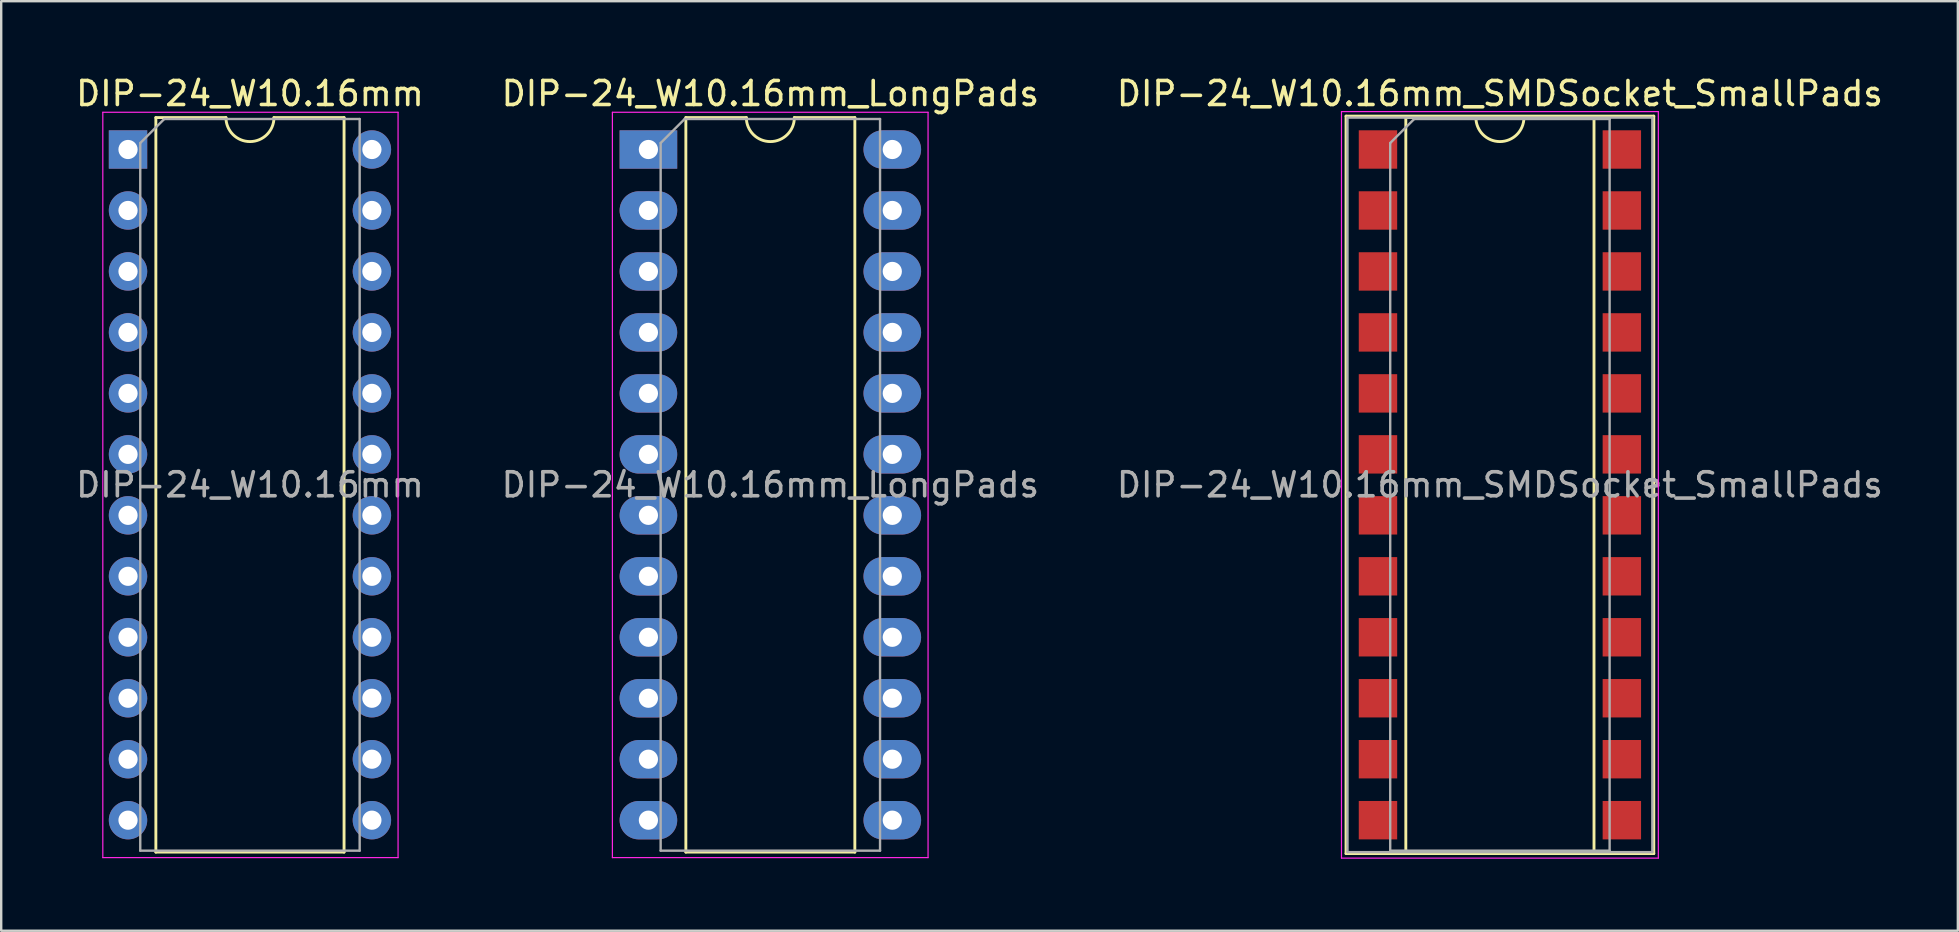
<source format=kicad_pcb>
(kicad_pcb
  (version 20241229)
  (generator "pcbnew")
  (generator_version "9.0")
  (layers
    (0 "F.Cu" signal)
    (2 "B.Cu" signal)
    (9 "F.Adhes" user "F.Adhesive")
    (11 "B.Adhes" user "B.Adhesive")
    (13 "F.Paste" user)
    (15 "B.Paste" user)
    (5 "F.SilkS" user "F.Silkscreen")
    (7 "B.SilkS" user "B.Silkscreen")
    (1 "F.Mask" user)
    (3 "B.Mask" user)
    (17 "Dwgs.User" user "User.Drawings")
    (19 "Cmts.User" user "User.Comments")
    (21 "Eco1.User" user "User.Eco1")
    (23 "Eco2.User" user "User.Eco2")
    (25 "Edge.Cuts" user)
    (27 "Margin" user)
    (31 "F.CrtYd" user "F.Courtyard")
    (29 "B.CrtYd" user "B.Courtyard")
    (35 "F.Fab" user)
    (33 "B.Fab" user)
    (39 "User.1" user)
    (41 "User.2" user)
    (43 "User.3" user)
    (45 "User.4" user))
  (footprint "DIP-24_W10.16mm_LongPads"
    (layer "F.Cu")
    (at 23.962 3.178)
    (property "Reference" "DIP-24_W10.16mm_LongPads" (at 5.08 -2.33 0) (layer "F.SilkS") (effects (font (size 1 1) (thickness 0.15))))
    (attr through_hole)
    (fp_line (start 1.56 -1.33) (end 1.56 29.27) (stroke (width 0.12) (type solid)) (layer "F.SilkS"))
    (fp_line (start 1.56 29.27) (end 8.6 29.27) (stroke (width 0.12) (type solid)) (layer "F.SilkS"))
    (fp_line (start 4.08 -1.33) (end 1.56 -1.33) (stroke (width 0.12) (type solid)) (layer "F.SilkS"))
    (fp_line (start 8.6 -1.33) (end 6.08 -1.33) (stroke (width 0.12) (type solid)) (layer "F.SilkS"))
    (fp_line (start 8.6 29.27) (end 8.6 -1.33) (stroke (width 0.12) (type solid)) (layer "F.SilkS"))
    (fp_arc (start 6.08 -1.33) (mid 5.08 -0.33) (end 4.08 -1.33) (stroke (width 0.12) (type solid)) (layer "F.SilkS"))
    (fp_line (start -1.5 -1.55) (end -1.5 29.5) (stroke (width 0.05) (type solid)) (layer "F.CrtYd"))
    (fp_line (start -1.5 29.5) (end 11.65 29.5) (stroke (width 0.05) (type solid)) (layer "F.CrtYd"))
    (fp_line (start 11.65 -1.55) (end -1.5 -1.55) (stroke (width 0.05) (type solid)) (layer "F.CrtYd"))
    (fp_line (start 11.65 29.5) (end 11.65 -1.55) (stroke (width 0.05) (type solid)) (layer "F.CrtYd"))
    (fp_line (start 0.51 -0.27) (end 1.51 -1.27) (stroke (width 0.1) (type solid)) (layer "F.Fab"))
    (fp_line (start 0.51 29.21) (end 0.51 -0.27) (stroke (width 0.1) (type solid)) (layer "F.Fab"))
    (fp_line (start 1.51 -1.27) (end 9.65 -1.27) (stroke (width 0.1) (type solid)) (layer "F.Fab"))
    (fp_line (start 9.65 -1.27) (end 9.65 29.21) (stroke (width 0.1) (type solid)) (layer "F.Fab"))
    (fp_line (start 9.65 29.21) (end 0.51 29.21) (stroke (width 0.1) (type solid)) (layer "F.Fab"))
    (fp_text user "${REFERENCE}" (at 5.08 13.97 0) (layer "F.Fab") (effects (font (size 1 1) (thickness 0.15))))
    (pad "1" thru_hole rect (at 0 0) (size 2.4 1.6) (drill 0.8) (layers "*.Cu" "*.Mask"))
    (pad "2" thru_hole oval (at 0 2.54) (size 2.4 1.6) (drill 0.8) (layers "*.Cu" "*.Mask"))
    (pad "3" thru_hole oval (at 0 5.08) (size 2.4 1.6) (drill 0.8) (layers "*.Cu" "*.Mask"))
    (pad "4" thru_hole oval (at 0 7.62) (size 2.4 1.6) (drill 0.8) (layers "*.Cu" "*.Mask"))
    (pad "5" thru_hole oval (at 0 10.16) (size 2.4 1.6) (drill 0.8) (layers "*.Cu" "*.Mask"))
    (pad "6" thru_hole oval (at 0 12.7) (size 2.4 1.6) (drill 0.8) (layers "*.Cu" "*.Mask"))
    (pad "7" thru_hole oval (at 0 15.24) (size 2.4 1.6) (drill 0.8) (layers "*.Cu" "*.Mask"))
    (pad "8" thru_hole oval (at 0 17.78) (size 2.4 1.6) (drill 0.8) (layers "*.Cu" "*.Mask"))
    (pad "9" thru_hole oval (at 0 20.32) (size 2.4 1.6) (drill 0.8) (layers "*.Cu" "*.Mask"))
    (pad "10" thru_hole oval (at 0 22.86) (size 2.4 1.6) (drill 0.8) (layers "*.Cu" "*.Mask"))
    (pad "11" thru_hole oval (at 0 25.4) (size 2.4 1.6) (drill 0.8) (layers "*.Cu" "*.Mask"))
    (pad "12" thru_hole oval (at 0 27.94) (size 2.4 1.6) (drill 0.8) (layers "*.Cu" "*.Mask"))
    (pad "13" thru_hole oval (at 10.16 27.94) (size 2.4 1.6) (drill 0.8) (layers "*.Cu" "*.Mask"))
    (pad "14" thru_hole oval (at 10.16 25.4) (size 2.4 1.6) (drill 0.8) (layers "*.Cu" "*.Mask"))
    (pad "15" thru_hole oval (at 10.16 22.86) (size 2.4 1.6) (drill 0.8) (layers "*.Cu" "*.Mask"))
    (pad "16" thru_hole oval (at 10.16 20.32) (size 2.4 1.6) (drill 0.8) (layers "*.Cu" "*.Mask"))
    (pad "17" thru_hole oval (at 10.16 17.78) (size 2.4 1.6) (drill 0.8) (layers "*.Cu" "*.Mask"))
    (pad "18" thru_hole oval (at 10.16 15.24) (size 2.4 1.6) (drill 0.8) (layers "*.Cu" "*.Mask"))
    (pad "19" thru_hole oval (at 10.16 12.7) (size 2.4 1.6) (drill 0.8) (layers "*.Cu" "*.Mask"))
    (pad "20" thru_hole oval (at 10.16 10.16) (size 2.4 1.6) (drill 0.8) (layers "*.Cu" "*.Mask"))
    (pad "21" thru_hole oval (at 10.16 7.62) (size 2.4 1.6) (drill 0.8) (layers "*.Cu" "*.Mask"))
    (pad "22" thru_hole oval (at 10.16 5.08) (size 2.4 1.6) (drill 0.8) (layers "*.Cu" "*.Mask"))
    (pad "23" thru_hole oval (at 10.16 2.54) (size 2.4 1.6) (drill 0.8) (layers "*.Cu" "*.Mask"))
    (pad "24" thru_hole oval (at 10.16 0) (size 2.4 1.6) (drill 0.8) (layers "*.Cu" "*.Mask")))
  (footprint "DIP-24_W10.16mm"
    (layer "F.Cu")
    (at 2.283 3.178)
    (property "Reference" "DIP-24_W10.16mm" (at 5.08 -2.33 0) (layer "F.SilkS") (effects (font (size 1 1) (thickness 0.15))))
    (attr through_hole)
    (fp_line (start 1.16 -1.33) (end 1.16 29.27) (stroke (width 0.12) (type solid)) (layer "F.SilkS"))
    (fp_line (start 1.16 29.27) (end 9 29.27) (stroke (width 0.12) (type solid)) (layer "F.SilkS"))
    (fp_line (start 4.08 -1.33) (end 1.16 -1.33) (stroke (width 0.12) (type solid)) (layer "F.SilkS"))
    (fp_line (start 9 -1.33) (end 6.08 -1.33) (stroke (width 0.12) (type solid)) (layer "F.SilkS"))
    (fp_line (start 9 29.27) (end 9 -1.33) (stroke (width 0.12) (type solid)) (layer "F.SilkS"))
    (fp_arc (start 6.08 -1.33) (mid 5.08 -0.33) (end 4.08 -1.33) (stroke (width 0.12) (type solid)) (layer "F.SilkS"))
    (fp_line (start -1.05 -1.55) (end -1.05 29.5) (stroke (width 0.05) (type solid)) (layer "F.CrtYd"))
    (fp_line (start -1.05 29.5) (end 11.25 29.5) (stroke (width 0.05) (type solid)) (layer "F.CrtYd"))
    (fp_line (start 11.25 -1.55) (end -1.05 -1.55) (stroke (width 0.05) (type solid)) (layer "F.CrtYd"))
    (fp_line (start 11.25 29.5) (end 11.25 -1.55) (stroke (width 0.05) (type solid)) (layer "F.CrtYd"))
    (fp_line (start 0.51 -0.27) (end 1.51 -1.27) (stroke (width 0.1) (type solid)) (layer "F.Fab"))
    (fp_line (start 0.51 29.21) (end 0.51 -0.27) (stroke (width 0.1) (type solid)) (layer "F.Fab"))
    (fp_line (start 1.51 -1.27) (end 9.65 -1.27) (stroke (width 0.1) (type solid)) (layer "F.Fab"))
    (fp_line (start 9.65 -1.27) (end 9.65 29.21) (stroke (width 0.1) (type solid)) (layer "F.Fab"))
    (fp_line (start 9.65 29.21) (end 0.51 29.21) (stroke (width 0.1) (type solid)) (layer "F.Fab"))
    (fp_text user "${REFERENCE}" (at 5.08 13.97 0) (layer "F.Fab") (effects (font (size 1 1) (thickness 0.15))))
    (pad "1" thru_hole rect (at 0 0) (size 1.6 1.6) (drill 0.8) (layers "*.Cu" "*.Mask"))
    (pad "2" thru_hole oval (at 0 2.54) (size 1.6 1.6) (drill 0.8) (layers "*.Cu" "*.Mask"))
    (pad "3" thru_hole oval (at 0 5.08) (size 1.6 1.6) (drill 0.8) (layers "*.Cu" "*.Mask"))
    (pad "4" thru_hole oval (at 0 7.62) (size 1.6 1.6) (drill 0.8) (layers "*.Cu" "*.Mask"))
    (pad "5" thru_hole oval (at 0 10.16) (size 1.6 1.6) (drill 0.8) (layers "*.Cu" "*.Mask"))
    (pad "6" thru_hole oval (at 0 12.7) (size 1.6 1.6) (drill 0.8) (layers "*.Cu" "*.Mask"))
    (pad "7" thru_hole oval (at 0 15.24) (size 1.6 1.6) (drill 0.8) (layers "*.Cu" "*.Mask"))
    (pad "8" thru_hole oval (at 0 17.78) (size 1.6 1.6) (drill 0.8) (layers "*.Cu" "*.Mask"))
    (pad "9" thru_hole oval (at 0 20.32) (size 1.6 1.6) (drill 0.8) (layers "*.Cu" "*.Mask"))
    (pad "10" thru_hole oval (at 0 22.86) (size 1.6 1.6) (drill 0.8) (layers "*.Cu" "*.Mask"))
    (pad "11" thru_hole oval (at 0 25.4) (size 1.6 1.6) (drill 0.8) (layers "*.Cu" "*.Mask"))
    (pad "12" thru_hole oval (at 0 27.94) (size 1.6 1.6) (drill 0.8) (layers "*.Cu" "*.Mask"))
    (pad "13" thru_hole oval (at 10.16 27.94) (size 1.6 1.6) (drill 0.8) (layers "*.Cu" "*.Mask"))
    (pad "14" thru_hole oval (at 10.16 25.4) (size 1.6 1.6) (drill 0.8) (layers "*.Cu" "*.Mask"))
    (pad "15" thru_hole oval (at 10.16 22.86) (size 1.6 1.6) (drill 0.8) (layers "*.Cu" "*.Mask"))
    (pad "16" thru_hole oval (at 10.16 20.32) (size 1.6 1.6) (drill 0.8) (layers "*.Cu" "*.Mask"))
    (pad "17" thru_hole oval (at 10.16 17.78) (size 1.6 1.6) (drill 0.8) (layers "*.Cu" "*.Mask"))
    (pad "18" thru_hole oval (at 10.16 15.24) (size 1.6 1.6) (drill 0.8) (layers "*.Cu" "*.Mask"))
    (pad "19" thru_hole oval (at 10.16 12.7) (size 1.6 1.6) (drill 0.8) (layers "*.Cu" "*.Mask"))
    (pad "20" thru_hole oval (at 10.16 10.16) (size 1.6 1.6) (drill 0.8) (layers "*.Cu" "*.Mask"))
    (pad "21" thru_hole oval (at 10.16 7.62) (size 1.6 1.6) (drill 0.8) (layers "*.Cu" "*.Mask"))
    (pad "22" thru_hole oval (at 10.16 5.08) (size 1.6 1.6) (drill 0.8) (layers "*.Cu" "*.Mask"))
    (pad "23" thru_hole oval (at 10.16 2.54) (size 1.6 1.6) (drill 0.8) (layers "*.Cu" "*.Mask"))
    (pad "24" thru_hole oval (at 10.16 0) (size 1.6 1.6) (drill 0.8) (layers "*.Cu" "*.Mask")))
  (footprint "DIP-24_W10.16mm_SMDSocket_SmallPads"
    (layer "F.Cu")
    (at 59.435 17.148)
    (property "Reference" "DIP-24_W10.16mm_SMDSocket_SmallPads" (at 0 -16.3 0) (layer "F.SilkS") (effects (font (size 1 1) (thickness 0.15))))
    (attr smd)
    (fp_line (start -6.41 -15.36) (end -6.41 15.36) (stroke (width 0.12) (type solid)) (layer "F.SilkS"))
    (fp_line (start -6.41 15.36) (end 6.41 15.36) (stroke (width 0.12) (type solid)) (layer "F.SilkS"))
    (fp_line (start -3.92 -15.3) (end -3.92 15.3) (stroke (width 0.12) (type solid)) (layer "F.SilkS"))
    (fp_line (start -3.92 15.3) (end 3.92 15.3) (stroke (width 0.12) (type solid)) (layer "F.SilkS"))
    (fp_line (start -1 -15.3) (end -3.92 -15.3) (stroke (width 0.12) (type solid)) (layer "F.SilkS"))
    (fp_line (start 3.92 -15.3) (end 1 -15.3) (stroke (width 0.12) (type solid)) (layer "F.SilkS"))
    (fp_line (start 3.92 15.3) (end 3.92 -15.3) (stroke (width 0.12) (type solid)) (layer "F.SilkS"))
    (fp_line (start 6.41 -15.36) (end -6.41 -15.36) (stroke (width 0.12) (type solid)) (layer "F.SilkS"))
    (fp_line (start 6.41 15.36) (end 6.41 -15.36) (stroke (width 0.12) (type solid)) (layer "F.SilkS"))
    (fp_arc (start 1 -15.3) (mid 0 -14.3) (end -1 -15.3) (stroke (width 0.12) (type solid)) (layer "F.SilkS"))
    (fp_line (start -6.6 -15.55) (end -6.6 15.55) (stroke (width 0.05) (type solid)) (layer "F.CrtYd"))
    (fp_line (start -6.6 15.55) (end 6.6 15.55) (stroke (width 0.05) (type solid)) (layer "F.CrtYd"))
    (fp_line (start 6.6 -15.55) (end -6.6 -15.55) (stroke (width 0.05) (type solid)) (layer "F.CrtYd"))
    (fp_line (start 6.6 15.55) (end 6.6 -15.55) (stroke (width 0.05) (type solid)) (layer "F.CrtYd"))
    (fp_line (start -6.35 -15.3) (end -6.35 15.3) (stroke (width 0.1) (type solid)) (layer "F.Fab"))
    (fp_line (start -6.35 15.3) (end 6.35 15.3) (stroke (width 0.1) (type solid)) (layer "F.Fab"))
    (fp_line (start -4.57 -14.24) (end -3.57 -15.24) (stroke (width 0.1) (type solid)) (layer "F.Fab"))
    (fp_line (start -4.57 15.24) (end -4.57 -14.24) (stroke (width 0.1) (type solid)) (layer "F.Fab"))
    (fp_line (start -3.57 -15.24) (end 4.57 -15.24) (stroke (width 0.1) (type solid)) (layer "F.Fab"))
    (fp_line (start 4.57 -15.24) (end 4.57 15.24) (stroke (width 0.1) (type solid)) (layer "F.Fab"))
    (fp_line (start 4.57 15.24) (end -4.57 15.24) (stroke (width 0.1) (type solid)) (layer "F.Fab"))
    (fp_line (start 6.35 -15.3) (end -6.35 -15.3) (stroke (width 0.1) (type solid)) (layer "F.Fab"))
    (fp_line (start 6.35 15.3) (end 6.35 -15.3) (stroke (width 0.1) (type solid)) (layer "F.Fab"))
    (fp_text user "${REFERENCE}" (at 0 0 0) (layer "F.Fab") (effects (font (size 1 1) (thickness 0.15))))
    (pad "1" smd rect (at -5.08 -13.97) (size 1.6 1.6) (layers "F.Cu" "F.Mask" "F.Paste"))
    (pad "2" smd rect (at -5.08 -11.43) (size 1.6 1.6) (layers "F.Cu" "F.Mask" "F.Paste"))
    (pad "3" smd rect (at -5.08 -8.89) (size 1.6 1.6) (layers "F.Cu" "F.Mask" "F.Paste"))
    (pad "4" smd rect (at -5.08 -6.35) (size 1.6 1.6) (layers "F.Cu" "F.Mask" "F.Paste"))
    (pad "5" smd rect (at -5.08 -3.81) (size 1.6 1.6) (layers "F.Cu" "F.Mask" "F.Paste"))
    (pad "6" smd rect (at -5.08 -1.27) (size 1.6 1.6) (layers "F.Cu" "F.Mask" "F.Paste"))
    (pad "7" smd rect (at -5.08 1.27) (size 1.6 1.6) (layers "F.Cu" "F.Mask" "F.Paste"))
    (pad "8" smd rect (at -5.08 3.81) (size 1.6 1.6) (layers "F.Cu" "F.Mask" "F.Paste"))
    (pad "9" smd rect (at -5.08 6.35) (size 1.6 1.6) (layers "F.Cu" "F.Mask" "F.Paste"))
    (pad "10" smd rect (at -5.08 8.89) (size 1.6 1.6) (layers "F.Cu" "F.Mask" "F.Paste"))
    (pad "11" smd rect (at -5.08 11.43) (size 1.6 1.6) (layers "F.Cu" "F.Mask" "F.Paste"))
    (pad "12" smd rect (at -5.08 13.97) (size 1.6 1.6) (layers "F.Cu" "F.Mask" "F.Paste"))
    (pad "13" smd rect (at 5.08 13.97) (size 1.6 1.6) (layers "F.Cu" "F.Mask" "F.Paste"))
    (pad "14" smd rect (at 5.08 11.43) (size 1.6 1.6) (layers "F.Cu" "F.Mask" "F.Paste"))
    (pad "15" smd rect (at 5.08 8.89) (size 1.6 1.6) (layers "F.Cu" "F.Mask" "F.Paste"))
    (pad "16" smd rect (at 5.08 6.35) (size 1.6 1.6) (layers "F.Cu" "F.Mask" "F.Paste"))
    (pad "17" smd rect (at 5.08 3.81) (size 1.6 1.6) (layers "F.Cu" "F.Mask" "F.Paste"))
    (pad "18" smd rect (at 5.08 1.27) (size 1.6 1.6) (layers "F.Cu" "F.Mask" "F.Paste"))
    (pad "19" smd rect (at 5.08 -1.27) (size 1.6 1.6) (layers "F.Cu" "F.Mask" "F.Paste"))
    (pad "20" smd rect (at 5.08 -3.81) (size 1.6 1.6) (layers "F.Cu" "F.Mask" "F.Paste"))
    (pad "21" smd rect (at 5.08 -6.35) (size 1.6 1.6) (layers "F.Cu" "F.Mask" "F.Paste"))
    (pad "22" smd rect (at 5.08 -8.89) (size 1.6 1.6) (layers "F.Cu" "F.Mask" "F.Paste"))
    (pad "23" smd rect (at 5.08 -11.43) (size 1.6 1.6) (layers "F.Cu" "F.Mask" "F.Paste"))
    (pad "24" smd rect (at 5.08 -13.97) (size 1.6 1.6) (layers "F.Cu" "F.Mask" "F.Paste")))
  (gr_rect
    (start -3 -3)
    (end 78.512 35.723)
    (stroke (width 0.1) (type default))
    (fill no)
    (layer "Edge.Cuts")))
</source>
